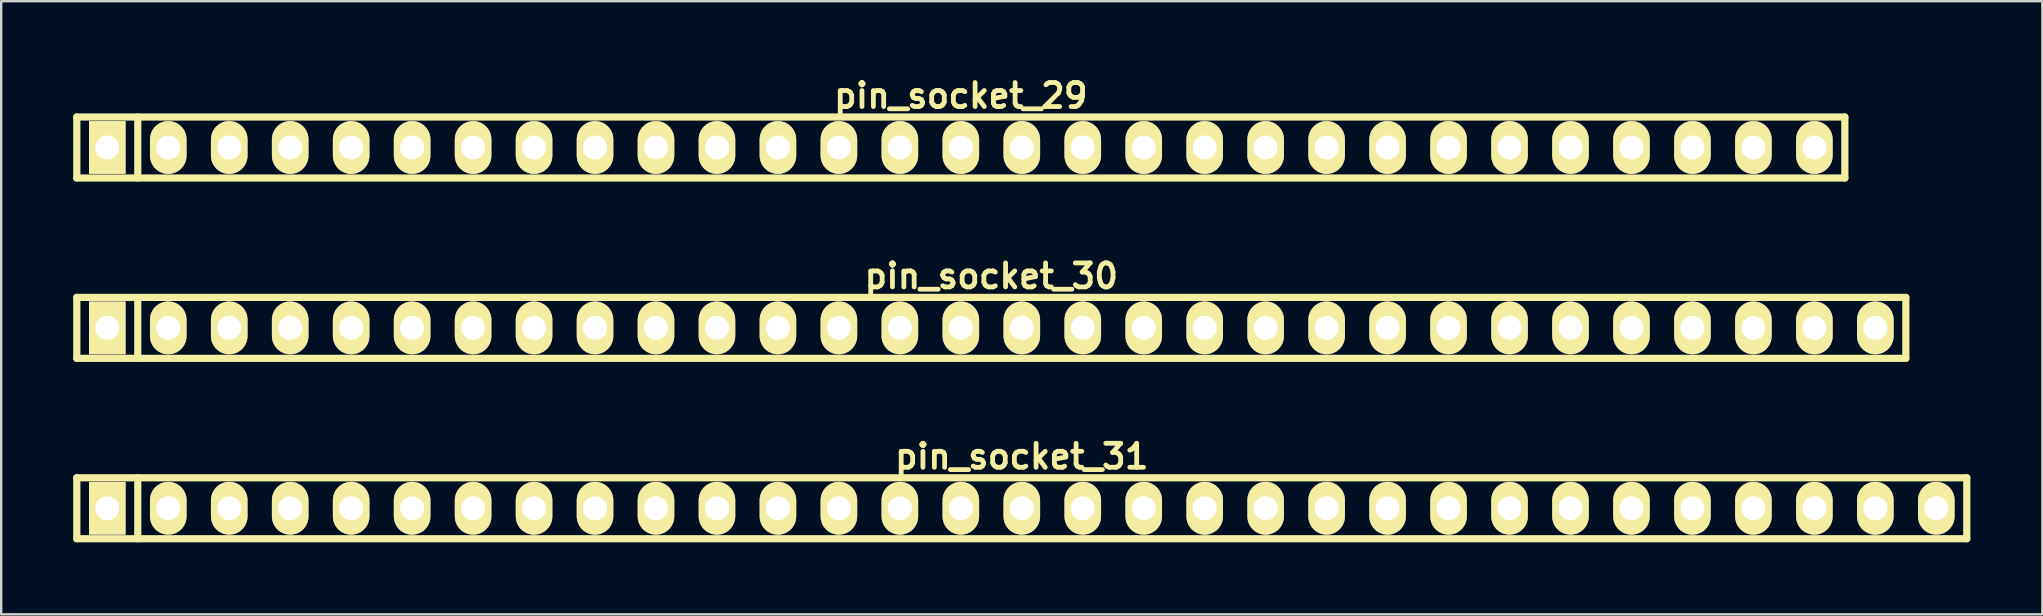
<source format=kicad_pcb>
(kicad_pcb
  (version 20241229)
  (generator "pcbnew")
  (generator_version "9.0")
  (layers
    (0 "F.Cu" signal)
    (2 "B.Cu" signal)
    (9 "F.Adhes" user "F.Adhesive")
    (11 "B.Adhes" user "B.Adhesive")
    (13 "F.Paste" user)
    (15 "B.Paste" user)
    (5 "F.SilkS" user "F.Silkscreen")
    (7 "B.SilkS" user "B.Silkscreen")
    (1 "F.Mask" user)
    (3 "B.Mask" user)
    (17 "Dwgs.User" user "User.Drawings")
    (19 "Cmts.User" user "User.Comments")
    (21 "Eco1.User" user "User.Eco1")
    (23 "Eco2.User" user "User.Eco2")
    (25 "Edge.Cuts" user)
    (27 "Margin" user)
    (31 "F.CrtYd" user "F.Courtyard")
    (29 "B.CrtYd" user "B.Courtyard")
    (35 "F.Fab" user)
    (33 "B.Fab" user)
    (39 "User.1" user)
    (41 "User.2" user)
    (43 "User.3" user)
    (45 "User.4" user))
  (footprint "pin_socket_31"
    (layer "F.Cu")
    (at 39.52 18.125)
    (property "Reference" "pin_socket_31" (at 0 -2.159 0) (layer "F.SilkS") (effects (font (size 1 1) (thickness 0.2))))
    (attr through_hole)
    (fp_line (start -39.37 -1.27) (end 39.37 -1.27) (stroke (width 0.3) (type solid)) (layer "F.SilkS"))
    (fp_line (start -39.37 1.27) (end -39.37 -1.27) (stroke (width 0.3) (type solid)) (layer "F.SilkS"))
    (fp_line (start -36.83 -1.27) (end -36.83 1.27) (stroke (width 0.3) (type solid)) (layer "F.SilkS"))
    (fp_line (start 39.37 -1.27) (end 39.37 1.27) (stroke (width 0.3) (type solid)) (layer "F.SilkS"))
    (fp_line (start 39.37 1.27) (end -39.37 1.27) (stroke (width 0.3) (type solid)) (layer "F.SilkS"))
    (pad "1" thru_hole rect (at -38.1 0) (size 1.524 2.2) (drill 1.001) (layers "*.Cu" "*.Mask" "F.SilkS"))
    (pad "2" thru_hole oval (at -35.56 0) (size 1.524 2.2) (drill 1.001) (layers "*.Cu" "*.Mask" "F.SilkS"))
    (pad "3" thru_hole oval (at -33.02 0) (size 1.524 2.2) (drill 1.001) (layers "*.Cu" "*.Mask" "F.SilkS"))
    (pad "4" thru_hole oval (at -30.48 0) (size 1.524 2.2) (drill 1.001) (layers "*.Cu" "*.Mask" "F.SilkS"))
    (pad "5" thru_hole oval (at -27.94 0) (size 1.524 2.2) (drill 1.001) (layers "*.Cu" "*.Mask" "F.SilkS"))
    (pad "6" thru_hole oval (at -25.4 0) (size 1.524 2.2) (drill 1.001) (layers "*.Cu" "*.Mask" "F.SilkS"))
    (pad "7" thru_hole oval (at -22.86 0) (size 1.524 2.2) (drill 1.001) (layers "*.Cu" "*.Mask" "F.SilkS"))
    (pad "8" thru_hole oval (at -20.32 0) (size 1.524 2.2) (drill 1.001) (layers "*.Cu" "*.Mask" "F.SilkS"))
    (pad "9" thru_hole oval (at -17.78 0) (size 1.524 2.2) (drill 1.001) (layers "*.Cu" "*.Mask" "F.SilkS"))
    (pad "10" thru_hole oval (at -15.24 0) (size 1.524 2.2) (drill 1.001) (layers "*.Cu" "*.Mask" "F.SilkS"))
    (pad "11" thru_hole oval (at -12.7 0) (size 1.524 2.2) (drill 1.001) (layers "*.Cu" "*.Mask" "F.SilkS"))
    (pad "12" thru_hole oval (at -10.16 0) (size 1.524 2.2) (drill 1.001) (layers "*.Cu" "*.Mask" "F.SilkS"))
    (pad "13" thru_hole oval (at -7.62 0) (size 1.524 2.2) (drill 1.001) (layers "*.Cu" "*.Mask" "F.SilkS"))
    (pad "14" thru_hole oval (at -5.08 0) (size 1.524 2.2) (drill 1.001) (layers "*.Cu" "*.Mask" "F.SilkS"))
    (pad "15" thru_hole oval (at -2.54 0) (size 1.524 2.2) (drill 1.001) (layers "*.Cu" "*.Mask" "F.SilkS"))
    (pad "16" thru_hole oval (at 0 0) (size 1.524 2.2) (drill 1.001) (layers "*.Cu" "*.Mask" "F.SilkS"))
    (pad "17" thru_hole oval (at 2.54 0) (size 1.524 2.2) (drill 1.001) (layers "*.Cu" "*.Mask" "F.SilkS"))
    (pad "18" thru_hole oval (at 5.08 0) (size 1.524 2.2) (drill 1.001) (layers "*.Cu" "*.Mask" "F.SilkS"))
    (pad "19" thru_hole oval (at 7.62 0) (size 1.524 2.2) (drill 1.001) (layers "*.Cu" "*.Mask" "F.SilkS"))
    (pad "20" thru_hole oval (at 10.16 0) (size 1.524 2.2) (drill 1.001) (layers "*.Cu" "*.Mask" "F.SilkS"))
    (pad "21" thru_hole oval (at 12.7 0) (size 1.524 2.2) (drill 1.001) (layers "*.Cu" "*.Mask" "F.SilkS"))
    (pad "22" thru_hole oval (at 15.24 0) (size 1.524 2.2) (drill 1.001) (layers "*.Cu" "*.Mask" "F.SilkS"))
    (pad "23" thru_hole oval (at 17.78 0) (size 1.524 2.2) (drill 1.001) (layers "*.Cu" "*.Mask" "F.SilkS"))
    (pad "24" thru_hole oval (at 20.32 0) (size 1.524 2.2) (drill 1.001) (layers "*.Cu" "*.Mask" "F.SilkS"))
    (pad "25" thru_hole oval (at 22.86 0) (size 1.524 2.2) (drill 1.001) (layers "*.Cu" "*.Mask" "F.SilkS"))
    (pad "26" thru_hole oval (at 25.4 0) (size 1.524 2.2) (drill 1.001) (layers "*.Cu" "*.Mask" "F.SilkS"))
    (pad "27" thru_hole oval (at 27.94 0) (size 1.524 2.2) (drill 1.001) (layers "*.Cu" "*.Mask" "F.SilkS"))
    (pad "28" thru_hole oval (at 30.48 0) (size 1.524 2.2) (drill 1.001) (layers "*.Cu" "*.Mask" "F.SilkS"))
    (pad "29" thru_hole oval (at 33.02 0) (size 1.524 2.2) (drill 1.001) (layers "*.Cu" "*.Mask" "F.SilkS"))
    (pad "30" thru_hole oval (at 35.56 0) (size 1.524 2.2) (drill 1.001) (layers "*.Cu" "*.Mask" "F.SilkS"))
    (pad "31" thru_hole oval (at 38.1 0) (size 1.524 2.2) (drill 1.001) (layers "*.Cu" "*.Mask" "F.SilkS")))
  (footprint "pin_socket_30"
    (layer "F.Cu")
    (at 38.25 10.61)
    (property "Reference" "pin_socket_30" (at 0 -2.159 0) (layer "F.SilkS") (effects (font (size 1 1) (thickness 0.2))))
    (attr through_hole)
    (fp_line (start -38.1 -1.27) (end 38.1 -1.27) (stroke (width 0.3) (type solid)) (layer "F.SilkS"))
    (fp_line (start -38.1 1.27) (end -38.1 -1.27) (stroke (width 0.3) (type solid)) (layer "F.SilkS"))
    (fp_line (start -35.56 -1.27) (end -35.56 1.27) (stroke (width 0.3) (type solid)) (layer "F.SilkS"))
    (fp_line (start 38.1 -1.27) (end 38.1 1.27) (stroke (width 0.3) (type solid)) (layer "F.SilkS"))
    (fp_line (start 38.1 1.27) (end -38.1 1.27) (stroke (width 0.3) (type solid)) (layer "F.SilkS"))
    (pad "1" thru_hole rect (at -36.83 0) (size 1.524 2.2) (drill 1.001) (layers "*.Cu" "*.Mask" "F.SilkS"))
    (pad "2" thru_hole oval (at -34.29 0) (size 1.524 2.2) (drill 1.001) (layers "*.Cu" "*.Mask" "F.SilkS"))
    (pad "3" thru_hole oval (at -31.75 0) (size 1.524 2.2) (drill 1.001) (layers "*.Cu" "*.Mask" "F.SilkS"))
    (pad "4" thru_hole oval (at -29.21 0) (size 1.524 2.2) (drill 1.001) (layers "*.Cu" "*.Mask" "F.SilkS"))
    (pad "5" thru_hole oval (at -26.67 0) (size 1.524 2.2) (drill 1.001) (layers "*.Cu" "*.Mask" "F.SilkS"))
    (pad "6" thru_hole oval (at -24.13 0) (size 1.524 2.2) (drill 1.001) (layers "*.Cu" "*.Mask" "F.SilkS"))
    (pad "7" thru_hole oval (at -21.59 0) (size 1.524 2.2) (drill 1.001) (layers "*.Cu" "*.Mask" "F.SilkS"))
    (pad "8" thru_hole oval (at -19.05 0) (size 1.524 2.2) (drill 1.001) (layers "*.Cu" "*.Mask" "F.SilkS"))
    (pad "9" thru_hole oval (at -16.51 0) (size 1.524 2.2) (drill 1.001) (layers "*.Cu" "*.Mask" "F.SilkS"))
    (pad "10" thru_hole oval (at -13.97 0) (size 1.524 2.2) (drill 1.001) (layers "*.Cu" "*.Mask" "F.SilkS"))
    (pad "11" thru_hole oval (at -11.43 0) (size 1.524 2.2) (drill 1.001) (layers "*.Cu" "*.Mask" "F.SilkS"))
    (pad "12" thru_hole oval (at -8.89 0) (size 1.524 2.2) (drill 1.001) (layers "*.Cu" "*.Mask" "F.SilkS"))
    (pad "13" thru_hole oval (at -6.35 0) (size 1.524 2.2) (drill 1.001) (layers "*.Cu" "*.Mask" "F.SilkS"))
    (pad "14" thru_hole oval (at -3.81 0) (size 1.524 2.2) (drill 1.001) (layers "*.Cu" "*.Mask" "F.SilkS"))
    (pad "15" thru_hole oval (at -1.27 0) (size 1.524 2.2) (drill 1.001) (layers "*.Cu" "*.Mask" "F.SilkS"))
    (pad "16" thru_hole oval (at 1.27 0) (size 1.524 2.2) (drill 1.001) (layers "*.Cu" "*.Mask" "F.SilkS"))
    (pad "17" thru_hole oval (at 3.81 0) (size 1.524 2.2) (drill 1.001) (layers "*.Cu" "*.Mask" "F.SilkS"))
    (pad "18" thru_hole oval (at 6.35 0) (size 1.524 2.2) (drill 1.001) (layers "*.Cu" "*.Mask" "F.SilkS"))
    (pad "19" thru_hole oval (at 8.89 0) (size 1.524 2.2) (drill 1.001) (layers "*.Cu" "*.Mask" "F.SilkS"))
    (pad "20" thru_hole oval (at 11.43 0) (size 1.524 2.2) (drill 1.001) (layers "*.Cu" "*.Mask" "F.SilkS"))
    (pad "21" thru_hole oval (at 13.97 0) (size 1.524 2.2) (drill 1.001) (layers "*.Cu" "*.Mask" "F.SilkS"))
    (pad "22" thru_hole oval (at 16.51 0) (size 1.524 2.2) (drill 1.001) (layers "*.Cu" "*.Mask" "F.SilkS"))
    (pad "23" thru_hole oval (at 19.05 0) (size 1.524 2.2) (drill 1.001) (layers "*.Cu" "*.Mask" "F.SilkS"))
    (pad "24" thru_hole oval (at 21.59 0) (size 1.524 2.2) (drill 1.001) (layers "*.Cu" "*.Mask" "F.SilkS"))
    (pad "25" thru_hole oval (at 24.13 0) (size 1.524 2.2) (drill 1.001) (layers "*.Cu" "*.Mask" "F.SilkS"))
    (pad "26" thru_hole oval (at 26.67 0) (size 1.524 2.2) (drill 1.001) (layers "*.Cu" "*.Mask" "F.SilkS"))
    (pad "27" thru_hole oval (at 29.21 0) (size 1.524 2.2) (drill 1.001) (layers "*.Cu" "*.Mask" "F.SilkS"))
    (pad "28" thru_hole oval (at 31.75 0) (size 1.524 2.2) (drill 1.001) (layers "*.Cu" "*.Mask" "F.SilkS"))
    (pad "29" thru_hole oval (at 34.29 0) (size 1.524 2.2) (drill 1.001) (layers "*.Cu" "*.Mask" "F.SilkS"))
    (pad "30" thru_hole oval (at 36.83 0) (size 1.524 2.2) (drill 1.001) (layers "*.Cu" "*.Mask" "F.SilkS")))
  (footprint "pin_socket_29"
    (layer "F.Cu")
    (at 36.98 3.095)
    (property "Reference" "pin_socket_29" (at 0 -2.159 0) (layer "F.SilkS") (effects (font (size 1 1) (thickness 0.2))))
    (attr through_hole)
    (fp_line (start -36.83 -1.27) (end 36.83 -1.27) (stroke (width 0.3) (type solid)) (layer "F.SilkS"))
    (fp_line (start -36.83 1.27) (end -36.83 -1.27) (stroke (width 0.3) (type solid)) (layer "F.SilkS"))
    (fp_line (start -34.29 -1.27) (end -34.29 1.27) (stroke (width 0.3) (type solid)) (layer "F.SilkS"))
    (fp_line (start 36.83 -1.27) (end 36.83 1.27) (stroke (width 0.3) (type solid)) (layer "F.SilkS"))
    (fp_line (start 36.83 1.27) (end -36.83 1.27) (stroke (width 0.3) (type solid)) (layer "F.SilkS"))
    (pad "1" thru_hole rect (at -35.56 0) (size 1.524 2.2) (drill 1.001) (layers "*.Cu" "*.Mask" "F.SilkS"))
    (pad "2" thru_hole oval (at -33.02 0) (size 1.524 2.2) (drill 1.001) (layers "*.Cu" "*.Mask" "F.SilkS"))
    (pad "3" thru_hole oval (at -30.48 0) (size 1.524 2.2) (drill 1.001) (layers "*.Cu" "*.Mask" "F.SilkS"))
    (pad "4" thru_hole oval (at -27.94 0) (size 1.524 2.2) (drill 1.001) (layers "*.Cu" "*.Mask" "F.SilkS"))
    (pad "5" thru_hole oval (at -25.4 0) (size 1.524 2.2) (drill 1.001) (layers "*.Cu" "*.Mask" "F.SilkS"))
    (pad "6" thru_hole oval (at -22.86 0) (size 1.524 2.2) (drill 1.001) (layers "*.Cu" "*.Mask" "F.SilkS"))
    (pad "7" thru_hole oval (at -20.32 0) (size 1.524 2.2) (drill 1.001) (layers "*.Cu" "*.Mask" "F.SilkS"))
    (pad "8" thru_hole oval (at -17.78 0) (size 1.524 2.2) (drill 1.001) (layers "*.Cu" "*.Mask" "F.SilkS"))
    (pad "9" thru_hole oval (at -15.24 0) (size 1.524 2.2) (drill 1.001) (layers "*.Cu" "*.Mask" "F.SilkS"))
    (pad "10" thru_hole oval (at -12.7 0) (size 1.524 2.2) (drill 1.001) (layers "*.Cu" "*.Mask" "F.SilkS"))
    (pad "11" thru_hole oval (at -10.16 0) (size 1.524 2.2) (drill 1.001) (layers "*.Cu" "*.Mask" "F.SilkS"))
    (pad "12" thru_hole oval (at -7.62 0) (size 1.524 2.2) (drill 1.001) (layers "*.Cu" "*.Mask" "F.SilkS"))
    (pad "13" thru_hole oval (at -5.08 0) (size 1.524 2.2) (drill 1.001) (layers "*.Cu" "*.Mask" "F.SilkS"))
    (pad "14" thru_hole oval (at -2.54 0) (size 1.524 2.2) (drill 1.001) (layers "*.Cu" "*.Mask" "F.SilkS"))
    (pad "15" thru_hole oval (at 0 0) (size 1.524 2.2) (drill 1.001) (layers "*.Cu" "*.Mask" "F.SilkS"))
    (pad "16" thru_hole oval (at 2.54 0) (size 1.524 2.2) (drill 1.001) (layers "*.Cu" "*.Mask" "F.SilkS"))
    (pad "17" thru_hole oval (at 5.08 0) (size 1.524 2.2) (drill 1.001) (layers "*.Cu" "*.Mask" "F.SilkS"))
    (pad "18" thru_hole oval (at 7.62 0) (size 1.524 2.2) (drill 1.001) (layers "*.Cu" "*.Mask" "F.SilkS"))
    (pad "19" thru_hole oval (at 10.16 0) (size 1.524 2.2) (drill 1.001) (layers "*.Cu" "*.Mask" "F.SilkS"))
    (pad "20" thru_hole oval (at 12.7 0) (size 1.524 2.2) (drill 1.001) (layers "*.Cu" "*.Mask" "F.SilkS"))
    (pad "21" thru_hole oval (at 15.24 0) (size 1.524 2.2) (drill 1.001) (layers "*.Cu" "*.Mask" "F.SilkS"))
    (pad "22" thru_hole oval (at 17.78 0) (size 1.524 2.2) (drill 1.001) (layers "*.Cu" "*.Mask" "F.SilkS"))
    (pad "23" thru_hole oval (at 20.32 0) (size 1.524 2.2) (drill 1.001) (layers "*.Cu" "*.Mask" "F.SilkS"))
    (pad "24" thru_hole oval (at 22.86 0) (size 1.524 2.2) (drill 1.001) (layers "*.Cu" "*.Mask" "F.SilkS"))
    (pad "25" thru_hole oval (at 25.4 0) (size 1.524 2.2) (drill 1.001) (layers "*.Cu" "*.Mask" "F.SilkS"))
    (pad "26" thru_hole oval (at 27.94 0) (size 1.524 2.2) (drill 1.001) (layers "*.Cu" "*.Mask" "F.SilkS"))
    (pad "27" thru_hole oval (at 30.48 0) (size 1.524 2.2) (drill 1.001) (layers "*.Cu" "*.Mask" "F.SilkS"))
    (pad "28" thru_hole oval (at 33.02 0) (size 1.524 2.2) (drill 1.001) (layers "*.Cu" "*.Mask" "F.SilkS"))
    (pad "29" thru_hole oval (at 35.56 0) (size 1.524 2.2) (drill 1.001) (layers "*.Cu" "*.Mask" "F.SilkS")))
  (gr_rect
    (start -3 -3)
    (end 82.04 22.545)
    (stroke (width 0.1) (type default))
    (fill no)
    (layer "Edge.Cuts")))
</source>
